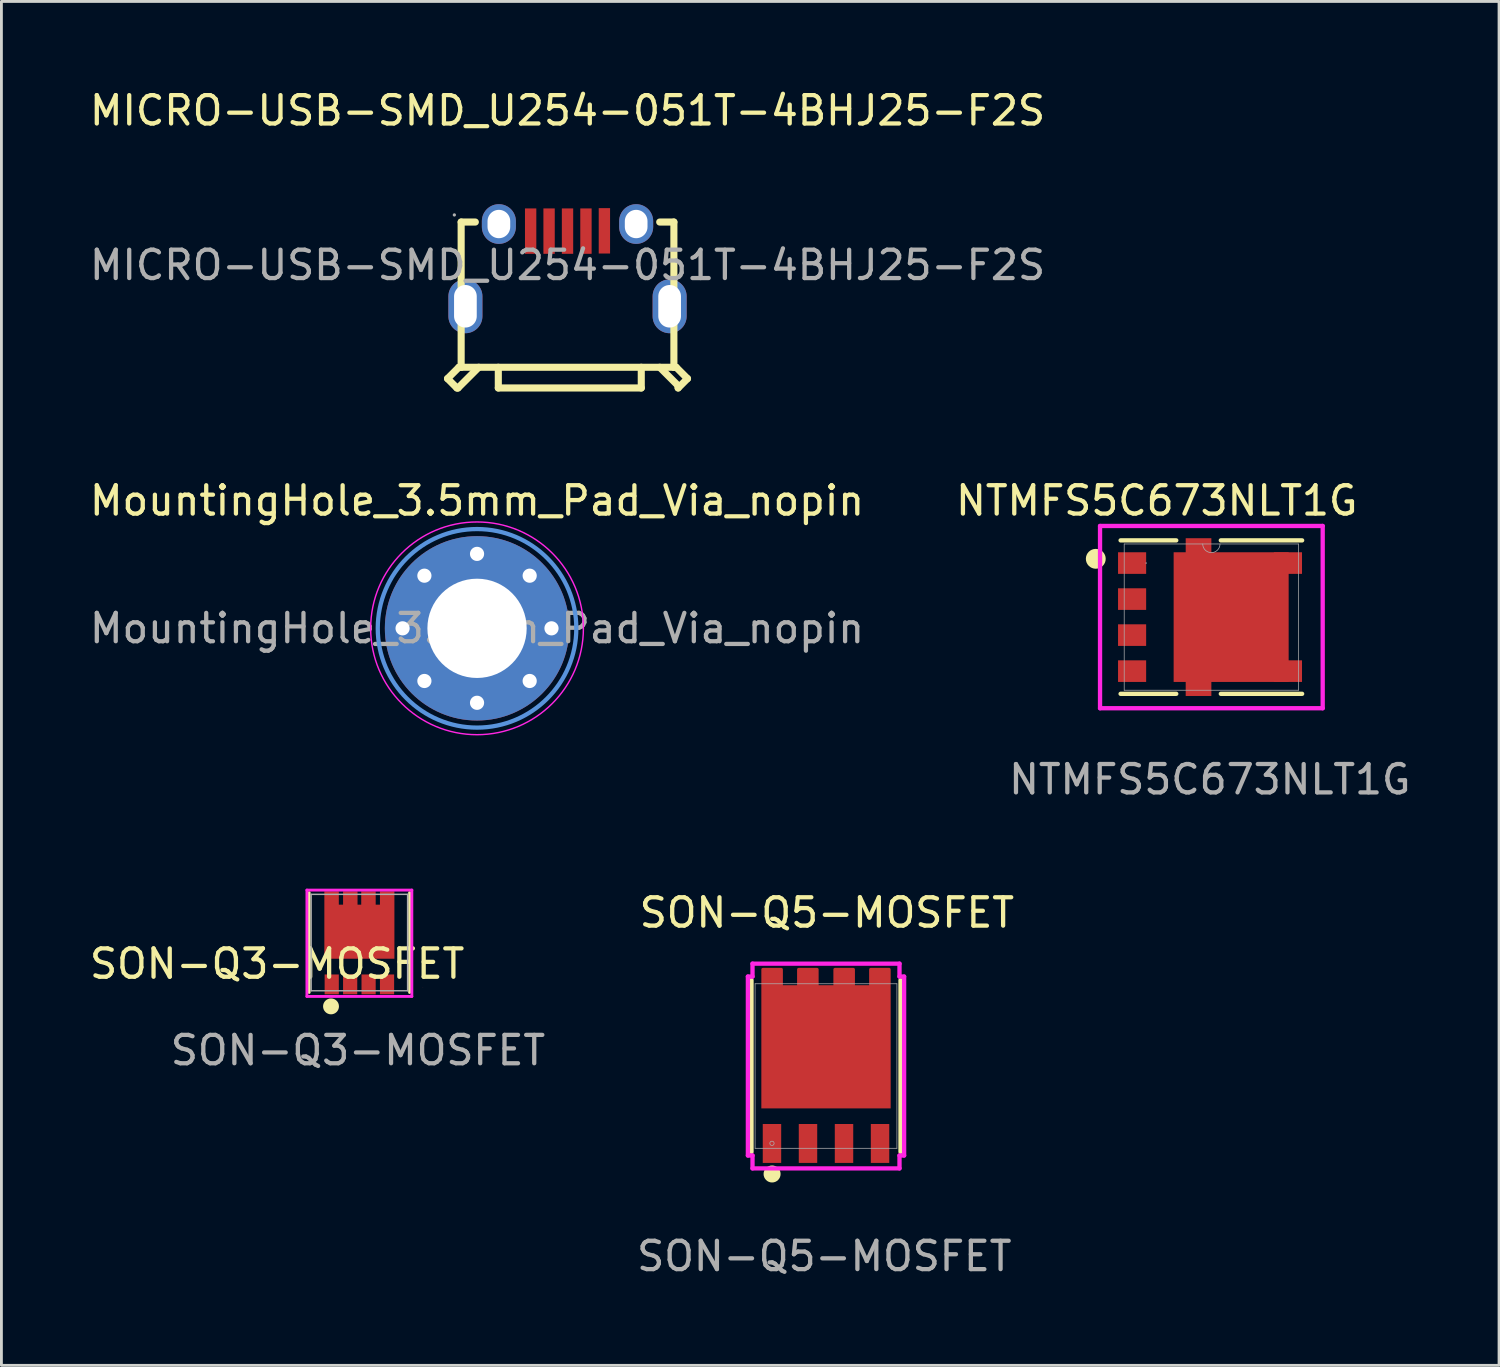
<source format=kicad_pcb>
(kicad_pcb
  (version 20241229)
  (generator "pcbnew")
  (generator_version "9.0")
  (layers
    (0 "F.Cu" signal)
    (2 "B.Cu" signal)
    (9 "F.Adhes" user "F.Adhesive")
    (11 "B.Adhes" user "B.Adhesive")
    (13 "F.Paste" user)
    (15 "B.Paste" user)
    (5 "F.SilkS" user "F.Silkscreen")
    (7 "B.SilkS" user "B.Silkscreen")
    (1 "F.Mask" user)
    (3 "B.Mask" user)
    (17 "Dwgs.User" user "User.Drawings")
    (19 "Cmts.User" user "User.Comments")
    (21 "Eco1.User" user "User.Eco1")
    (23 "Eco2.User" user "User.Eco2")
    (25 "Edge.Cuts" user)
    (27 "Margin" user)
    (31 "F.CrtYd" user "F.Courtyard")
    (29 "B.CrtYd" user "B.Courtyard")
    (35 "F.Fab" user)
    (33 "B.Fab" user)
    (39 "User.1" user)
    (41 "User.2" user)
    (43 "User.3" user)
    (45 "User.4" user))
  (footprint "NTMFS5C673NLT1G"
    (layer "F.Cu")
    (at 39.657 18.706)
    (property "Reference" "NTMFS5C673NLT1G" (at -1.925 -4.105 0) (unlocked yes) (layer "F.SilkS") (effects (font (size 1 1) (thickness 0.15))))
    (attr smd)
    (fp_poly (pts (xy -1.33 -2.286) (xy -1.33 2.286) (xy -0.905 2.286) (xy -0.905 2.781) (xy 0 2.781) (xy 0 2.286) (xy 2.725 2.286) (xy 2.725 -2.286) (xy 0 -2.286) (xy 0 -2.781) (xy -0.905 -2.781) (xy -0.905 -2.286)) (stroke (width 0) (type solid)) (fill yes) (layer "F.Cu"))
    (fp_poly (pts (xy -1.33 -2.286) (xy -1.33 2.286) (xy -0.905 2.286) (xy -0.905 2.781) (xy 0 2.781) (xy 0 2.286) (xy 2.725 2.286) (xy 2.725 -2.286) (xy 0 -2.286) (xy 0 -2.781) (xy -0.905 -2.781) (xy -0.905 -2.286)) (stroke (width 0) (type solid)) (fill yes) (layer "F.Mask"))
    (fp_line (start -3.2 2.705) (end -1.238 2.705) (stroke (width 0.152) (type solid)) (layer "F.SilkS"))
    (fp_line (start -1.238 -2.705) (end -3.2 -2.705) (stroke (width 0.152) (type solid)) (layer "F.SilkS"))
    (fp_line (start 0.333 2.705) (end 3.2 2.705) (stroke (width 0.152) (type solid)) (layer "F.SilkS"))
    (fp_line (start 3.2 -2.705) (end 0.333 -2.705) (stroke (width 0.152) (type solid)) (layer "F.SilkS"))
    (fp_circle (center -4.075 -2.055) (end -3.785 -2.055) (stroke (width 0.12) (type solid)) (fill yes) (layer "F.SilkS"))
    (fp_poly (pts (xy -1.33 -2.286) (xy -1.33 2.286) (xy -0.905 2.286) (xy -0.905 2.781) (xy 0 2.781) (xy 0 2.286) (xy 2.725 2.286) (xy 2.725 -2.286) (xy 0 -2.286) (xy 0 -2.781) (xy -0.905 -2.781) (xy -0.905 -2.286)) (stroke (width 0) (type solid)) (fill yes) (layer "F.Paste"))
    (fp_line (start -3.925 -3.213) (end -3.925 3.213) (stroke (width 0.152) (type solid)) (layer "F.CrtYd"))
    (fp_line (start -3.925 3.213) (end 3.925 3.213) (stroke (width 0.152) (type solid)) (layer "F.CrtYd"))
    (fp_line (start 3.925 -3.213) (end -3.925 -3.213) (stroke (width 0.152) (type solid)) (layer "F.CrtYd"))
    (fp_line (start 3.925 3.213) (end 3.925 -3.213) (stroke (width 0.152) (type solid)) (layer "F.CrtYd"))
    (fp_line (start -3.073 -2.578) (end -3.073 2.578) (stroke (width 0.025) (type solid)) (layer "F.Fab"))
    (fp_line (start -3.073 2.578) (end 3.073 2.578) (stroke (width 0.025) (type solid)) (layer "F.Fab"))
    (fp_line (start 3.073 -2.578) (end -3.073 -2.578) (stroke (width 0.025) (type solid)) (layer "F.Fab"))
    (fp_line (start 3.073 2.578) (end 3.073 -2.578) (stroke (width 0.025) (type solid)) (layer "F.Fab"))
    (fp_arc (start 0.3048 -2.5781) (mid 0 -2.2733) (end -0.3048 -2.5781) (stroke (width 0.0254) (type solid)) (layer "F.Fab"))
    (fp_circle (center -2.3 -1.905) (end -2.3 -1.905) (stroke (width 0.025) (type solid)) (fill no) (layer "F.Fab"))
    (fp_text user "${REFERENCE}" (at -0.055 5.725 0) (unlocked yes) (layer "F.Fab") (effects (font (size 1 1) (thickness 0.15))))
    (pad "1" smd rect (at -2.795 -1.905) (size 0.991 0.762) (layers "F.Cu" "F.Mask" "F.Paste"))
    (pad "2" smd rect (at -2.795 -0.635) (size 0.991 0.762) (layers "F.Cu" "F.Mask" "F.Paste"))
    (pad "3" smd rect (at -2.795 0.635) (size 0.991 0.762) (layers "F.Cu" "F.Mask" "F.Paste"))
    (pad "4" smd rect (at -2.795 1.905) (size 0.991 0.762) (layers "F.Cu" "F.Mask" "F.Paste"))
    (pad "5" smd rect (at 2.7 -1.905) (size 0.991 0.762) (layers "F.Cu" "F.Mask" "F.Paste"))
    (pad "5" smd rect (at 2.7 1.905) (size 0.991 0.762) (layers "F.Cu" "F.Mask" "F.Paste")))
  (footprint "SON-Q5-MOSFET"
    (layer "F.Cu")
    (at 26.081 34.428)
    (property "Reference" "SON-Q5-MOSFET" (at 0.02 -5.3 0) (unlocked yes) (layer "F.SilkS") (effects (font (size 1 1) (thickness 0.15))))
    (attr smd)
    (fp_line (start -2.637 -2.922) (end -2.637 3.132) (stroke (width 0.152) (type solid)) (layer "F.SilkS"))
    (fp_line (start 2.617 3.132) (end 2.617 -2.922) (stroke (width 0.152) (type solid)) (layer "F.SilkS"))
    (fp_circle (center -1.911 3.911) (end -1.911 3.761) (stroke (width 0.3) (type solid)) (fill no) (layer "F.SilkS"))
    (fp_rect (start -2.191 3.395) (end -1.629 2.323) (stroke (width 0.01) (type solid)) (fill yes) (layer "F.Paste"))
    (fp_rect (start -2.169 -2.419) (end -1.661 -3.295) (stroke (width 0.01) (type solid)) (fill yes) (layer "F.Paste"))
    (fp_rect (start -1.952 -0.843) (end -1.206 -2.137) (stroke (width 0.01) (type solid)) (fill yes) (layer "F.Paste"))
    (fp_rect (start -1.952 0.801) (end -1.206 -0.493) (stroke (width 0.01) (type solid)) (fill yes) (layer "F.Paste"))
    (fp_rect (start -0.92 3.395) (end -0.358 2.323) (stroke (width 0.01) (type solid)) (fill yes) (layer "F.Paste"))
    (fp_rect (start -0.906 -0.843) (end -0.17 -2.137) (stroke (width 0.01) (type solid)) (fill yes) (layer "F.Paste"))
    (fp_rect (start -0.906 0.801) (end -0.17 -0.493) (stroke (width 0.01) (type solid)) (fill yes) (layer "F.Paste"))
    (fp_rect (start -0.899 -2.419) (end -0.391 -3.295) (stroke (width 0.01) (type solid)) (fill yes) (layer "F.Paste"))
    (fp_rect (start 0.15 -0.843) (end 0.896 -2.137) (stroke (width 0.01) (type solid)) (fill yes) (layer "F.Paste"))
    (fp_rect (start 0.15 0.801) (end 0.886 -0.493) (stroke (width 0.01) (type solid)) (fill yes) (layer "F.Paste"))
    (fp_rect (start 0.348 3.395) (end 0.91 2.323) (stroke (width 0.01) (type solid)) (fill yes) (layer "F.Paste"))
    (fp_rect (start 0.371 -2.419) (end 0.879 -3.295) (stroke (width 0.01) (type solid)) (fill yes) (layer "F.Paste"))
    (fp_rect (start 1.182 -0.843) (end 1.932 -2.137) (stroke (width 0.01) (type solid)) (fill yes) (layer "F.Paste"))
    (fp_rect (start 1.182 0.801) (end 1.932 -0.493) (stroke (width 0.01) (type solid)) (fill yes) (layer "F.Paste"))
    (fp_rect (start 1.618 3.395) (end 2.18 2.323) (stroke (width 0.01) (type solid)) (fill yes) (layer "F.Paste"))
    (fp_rect (start 1.641 -2.419) (end 2.149 -3.295) (stroke (width 0.01) (type solid)) (fill yes) (layer "F.Paste"))
    (fp_line (start -2.764 -3.049) (end -2.601 -3.049) (stroke (width 0.152) (type solid)) (layer "F.CrtYd"))
    (fp_line (start -2.764 3.259) (end -2.764 -3.049) (stroke (width 0.152) (type solid)) (layer "F.CrtYd"))
    (fp_line (start -2.601 -3.504) (end -2.601 -3.049) (stroke (width 0.152) (type solid)) (layer "F.CrtYd"))
    (fp_line (start -2.601 -3.504) (end 2.581 -3.504) (stroke (width 0.152) (type solid)) (layer "F.CrtYd"))
    (fp_line (start -2.601 3.259) (end -2.764 3.259) (stroke (width 0.152) (type solid)) (layer "F.CrtYd"))
    (fp_line (start -2.601 3.714) (end -2.601 3.259) (stroke (width 0.152) (type solid)) (layer "F.CrtYd"))
    (fp_line (start 2.581 -3.504) (end 2.581 -3.049) (stroke (width 0.152) (type solid)) (layer "F.CrtYd"))
    (fp_line (start 2.581 -3.049) (end 2.744 -3.049) (stroke (width 0.152) (type solid)) (layer "F.CrtYd"))
    (fp_line (start 2.581 3.714) (end -2.601 3.714) (stroke (width 0.152) (type solid)) (layer "F.CrtYd"))
    (fp_line (start 2.581 3.714) (end 2.581 3.259) (stroke (width 0.152) (type solid)) (layer "F.CrtYd"))
    (fp_line (start 2.744 -3.049) (end 2.744 3.259) (stroke (width 0.152) (type solid)) (layer "F.CrtYd"))
    (fp_line (start 2.744 3.259) (end 2.581 3.259) (stroke (width 0.152) (type solid)) (layer "F.CrtYd"))
    (fp_line (start -2.51 -2.795) (end -2.51 3.005) (stroke (width 0.025) (type solid)) (layer "F.Fab"))
    (fp_line (start -2.51 3.005) (end 2.49 3.005) (stroke (width 0.025) (type solid)) (layer "F.Fab"))
    (fp_line (start 2.49 -2.795) (end -2.51 -2.795) (stroke (width 0.025) (type solid)) (layer "F.Fab"))
    (fp_line (start 2.49 3.005) (end 2.49 -2.795) (stroke (width 0.025) (type solid)) (layer "F.Fab"))
    (fp_circle (center -1.915 2.83) (end -1.915 2.754) (stroke (width 0.025) (type solid)) (fill no) (layer "F.Fab"))
    (fp_text user "${REFERENCE}" (at -0.07 6.81 0) (unlocked yes) (layer "F.Fab") (effects (font (size 1 1) (thickness 0.15))))
    (pad "1" smd rect (at -1.915 2.835 90) (size 1.372 0.65) (layers "F.Cu" "F.Mask"))
    (pad "2" smd rect (at -0.645 2.835 90) (size 1.372 0.65) (layers "F.Cu" "F.Mask"))
    (pad "3" smd rect (at 0.625 2.835 90) (size 1.372 0.65) (layers "F.Cu" "F.Mask"))
    (pad "4" smd rect (at 1.895 2.835 90) (size 1.372 0.65) (layers "F.Cu" "F.Mask"))
    (pad "5" smd custom (at -0.01 -0.573 90) (size 4.345 4.56) (layers "F.Cu" "F.Mask") (options (anchor rect)) (primitives (gr_poly (pts (xy 2.732 -0.31) (xy 2.732 -0.97) (xy 2.103 -0.97) (xy 2.103 -0.31)) (width 0.1) (fill yes)) (gr_poly (pts (xy 2.732 0.97) (xy 2.732 0.31) (xy 2.103 0.31) (xy 2.103 0.97)) (width 0.1) (fill yes)) (gr_poly (pts (xy 2.732 -1.57) (xy 2.732 -2.23) (xy 2.103 -2.23) (xy 2.103 -1.57)) (width 0.1) (fill yes)) (gr_poly (pts (xy 2.732 2.23) (xy 2.732 1.57) (xy 2.103 1.57) (xy 2.103 2.23)) (width 0.1) (fill yes)))))
  (footprint "MICRO-USB-SMD_U254-051T-4BHJ25-F2S"
    (layer "F.Cu")
    (at 16.958 6.298)
    (property "Reference" "MICRO-USB-SMD_U254-051T-4BHJ25-F2S" (at 0 -5.45 180) (layer "F.SilkS") (effects (font (size 1 1) (thickness 0.15))))
    (attr smd)
    (fp_line (start -4.23 4) (end -3.9 4.33) (stroke (width 0.25) (type solid)) (layer "F.SilkS"))
    (fp_line (start -3.9 4.33) (end -3.86 4.33) (stroke (width 0.25) (type solid)) (layer "F.SilkS"))
    (fp_line (start -3.86 4.33) (end -3.13 3.6) (stroke (width 0.25) (type solid)) (layer "F.SilkS"))
    (fp_line (start -3.83 3.6) (end -4.23 4) (stroke (width 0.25) (type solid)) (layer "F.SilkS"))
    (fp_line (start -3.75 -1.52) (end -3.25 -1.52) (stroke (width 0.25) (type solid)) (layer "F.SilkS"))
    (fp_line (start -3.75 3.6) (end -3.83 3.6) (stroke (width 0.25) (type solid)) (layer "F.SilkS"))
    (fp_line (start -3.75 3.6) (end -3.75 -1.52) (stroke (width 0.25) (type solid)) (layer "F.SilkS"))
    (fp_line (start -2.44 3.6) (end -2.44 4.33) (stroke (width 0.25) (type solid)) (layer "F.SilkS"))
    (fp_line (start -2.44 4.33) (end 2.6 4.33) (stroke (width 0.25) (type solid)) (layer "F.SilkS"))
    (fp_line (start 2.6 4.33) (end 2.6 3.6) (stroke (width 0.25) (type solid)) (layer "F.SilkS"))
    (fp_line (start 3.25 -1.52) (end 3.75 -1.52) (stroke (width 0.25) (type solid)) (layer "F.SilkS"))
    (fp_line (start 3.75 -1.52) (end 3.75 3.6) (stroke (width 0.25) (type solid)) (layer "F.SilkS"))
    (fp_line (start 3.75 3.6) (end -3.75 3.6) (stroke (width 0.25) (type solid)) (layer "F.SilkS"))
    (fp_line (start 3.75 3.6) (end 3.83 3.6) (stroke (width 0.25) (type solid)) (layer "F.SilkS"))
    (fp_line (start 3.83 3.6) (end 4.23 4) (stroke (width 0.25) (type solid)) (layer "F.SilkS"))
    (fp_line (start 3.9 4.25) (end 3.25 3.6) (stroke (width 0.25) (type solid)) (layer "F.SilkS"))
    (fp_line (start 3.9 4.33) (end 3.9 4.25) (stroke (width 0.25) (type solid)) (layer "F.SilkS"))
    (fp_line (start 4.23 4) (end 3.9 4.33) (stroke (width 0.25) (type solid)) (layer "F.SilkS"))
    (fp_circle (center -3.99 -1.77) (end -3.96 -1.77) (stroke (width 0.06) (type solid)) (fill no) (layer "F.Fab"))
    (fp_text user "${REFERENCE}" (at 0 0 180) (layer "F.Fab") (effects (font (size 1 1) (thickness 0.15))))
    (pad "1" smd rect (at -1.3 -1.2) (size 0.4 1.6) (layers "F.Cu" "F.Mask" "F.Paste"))
    (pad "2" smd rect (at -0.65 -1.2) (size 0.4 1.6) (layers "F.Cu" "F.Mask" "F.Paste"))
    (pad "3" smd rect (at 0 -1.2) (size 0.4 1.6) (layers "F.Cu" "F.Mask" "F.Paste"))
    (pad "4" smd rect (at 0.65 -1.2) (size 0.4 1.6) (layers "F.Cu" "F.Mask" "F.Paste"))
    (pad "5" smd rect (at 1.3 -1.21) (size 0.4 1.6) (layers "F.Cu" "F.Mask" "F.Paste"))
    (pad "6" thru_hole oval (at 2.42 -1.45) (size 1.2 1.4) (drill oval 0.8 1) (layers "*.Cu" "*.Paste" "*.Mask"))
    (pad "7" thru_hole oval (at -2.42 -1.45) (size 1.2 1.4) (drill oval 0.8 1) (layers "*.Cu" "*.Paste" "*.Mask"))
    (pad "8" thru_hole oval (at -3.6 1.45) (size 1.2 1.9) (drill oval 0.8 1.5) (layers "*.Cu" "*.Paste" "*.Mask"))
    (pad "9" thru_hole oval (at 3.6 1.45) (size 1.2 1.9) (drill oval 0.8 1.5) (layers "*.Cu" "*.Paste" "*.Mask")))
  (footprint "SON-Q3-MOSFET"
    (layer "F.Cu")
    (at 9.62 30.18)
    (property "Reference" "SON-Q3-MOSFET" (at -2.9 0.75 0) (unlocked yes) (layer "F.SilkS") (effects (font (size 1 1) (thickness 0.15))))
    (attr smd)
    (fp_line (start -1.77 -1.76) (end -1.77 1.76) (stroke (width 0.1) (type default)) (layer "F.SilkS"))
    (fp_line (start 1.77 -1.76) (end 1.77 1.76) (stroke (width 0.1) (type default)) (layer "F.SilkS"))
    (fp_circle (center -1 2.25) (end -0.99 2.47) (stroke (width 0.12) (type solid)) (fill yes) (layer "F.SilkS"))
    (fp_rect (start -1 -1) (end -0.13 0.4) (stroke (width 0.1) (type solid)) (fill yes) (layer "F.Paste"))
    (fp_rect (start -0.81 -1.78) (end -1.15 -1.23) (stroke (width 0.01) (type solid)) (fill yes) (layer "F.Paste"))
    (fp_rect (start -0.78 1.15) (end -1.17 1.8) (stroke (width 0.01) (type solid)) (fill yes) (layer "F.Paste"))
    (fp_rect (start -0.15 -1.78) (end -0.49 -1.23) (stroke (width 0.01) (type solid)) (fill yes) (layer "F.Paste"))
    (fp_rect (start -0.13 1.15) (end -0.52 1.8) (stroke (width 0.01) (type solid)) (fill yes) (layer "F.Paste"))
    (fp_rect (start 0.13 -1) (end 1 0.4) (stroke (width 0.1) (type solid)) (fill yes) (layer "F.Paste"))
    (fp_rect (start 0.5 -1.78) (end 0.16 -1.23) (stroke (width 0.01) (type solid)) (fill yes) (layer "F.Paste"))
    (fp_rect (start 0.53 1.15) (end 0.13 1.8) (stroke (width 0.01) (type solid)) (fill yes) (layer "F.Paste"))
    (fp_rect (start 1.15 -1.78) (end 0.81 -1.23) (stroke (width 0.01) (type solid)) (fill yes) (layer "F.Paste"))
    (fp_rect (start 1.18 1.15) (end 0.78 1.8) (stroke (width 0.01) (type solid)) (fill yes) (layer "F.Paste"))
    (fp_line (start -1.85 -1.85) (end 1.85 -1.85) (stroke (width 0.1) (type default)) (layer "F.CrtYd"))
    (fp_line (start -1.85 1.9) (end -1.85 -1.85) (stroke (width 0.1) (type default)) (layer "F.CrtYd"))
    (fp_line (start 1.85 -1.85) (end 1.85 1.9) (stroke (width 0.1) (type default)) (layer "F.CrtYd"))
    (fp_line (start 1.85 1.9) (end -1.85 1.9) (stroke (width 0.1) (type default)) (layer "F.CrtYd"))
    (fp_line (start -1.7 -1.7) (end -1.7 1.7) (stroke (width 0.05) (type default)) (layer "F.Fab"))
    (fp_line (start -1.7 1.7) (end 1.7 1.7) (stroke (width 0.05) (type default)) (layer "F.Fab"))
    (fp_line (start 1.7 -1.7) (end -1.7 -1.7) (stroke (width 0.05) (type default)) (layer "F.Fab"))
    (fp_line (start 1.7 1.7) (end 1.7 -1.7) (stroke (width 0.05) (type default)) (layer "F.Fab"))
    (fp_text user "${REFERENCE}" (at -0.05 3.8 0) (unlocked yes) (layer "F.Fab") (effects (font (size 1 1) (thickness 0.15))))
    (pad "1" smd rect (at -0.975 1.475) (size 0.5 0.7) (layers "F.Cu" "F.Mask"))
    (pad "2" smd rect (at -0.325 1.475) (size 0.5 0.7) (layers "F.Cu" "F.Mask"))
    (pad "3" smd rect (at 0.325 1.475 180) (size 0.5 0.7) (layers "F.Cu" "F.Mask"))
    (pad "4" smd rect (at 0.975 1.475) (size 0.5 0.7) (layers "F.Cu" "F.Mask"))
    (pad "5" smd custom (at 0 0) (size 0.5 0.7) (layers "F.Cu" "F.Mask") (options (anchor rect)) (primitives (gr_poly (pts (xy 1.23 0.565) (xy -1.23 0.565) (xy -1.23 -1.8) (xy -0.73 -1.8) (xy -0.73 -1.33) (xy -0.57 -1.33) (xy -0.57 -1.8) (xy -0.07 -1.8) (xy -0.07 -1.33) (xy 0.07 -1.33) (xy 0.07 -1.8) (xy 0.57 -1.8) (xy 0.57 -1.33) (xy 0.73 -1.33) (xy 0.73 -1.8) (xy 1.23 -1.8)) (width 0.01) (fill yes))))
    (pad "5" smd rect (at 2.24 1.575 270) (size 0.01 0.01) (layers "F.Cu" "F.Mask")))
  (footprint "MountingHole_3.5mm_Pad_Via_nopin"
    (layer "F.Cu")
    (at 13.768 19.102)
    (property "Reference" "MountingHole_3.5mm_Pad_Via_nopin" (at 0 -4.5 0) (layer "F.SilkS") (effects (font (size 1 1) (thickness 0.15))))
    (attr exclude_from_pos_files exclude_from_bom)
    (fp_circle (center 0 0) (end 3.5 0) (stroke (width 0.15) (type solid)) (fill no) (layer "Cmts.User"))
    (fp_circle (center 0 0) (end 3.75 0) (stroke (width 0.05) (type solid)) (fill no) (layer "F.CrtYd"))
    (fp_text user "${REFERENCE}" (at 0 0 0) (layer "F.Fab") (effects (font (size 1 1) (thickness 0.15))))
    (pad "0" thru_hole circle (at -2.625 0) (size 0.8 0.8) (drill 0.5) (layers "*.Cu" "*.Mask"))
    (pad "0" thru_hole circle (at -1.856 -1.856) (size 0.8 0.8) (drill 0.5) (layers "*.Cu" "*.Mask"))
    (pad "0" thru_hole circle (at -1.856 1.856) (size 0.8 0.8) (drill 0.5) (layers "*.Cu" "*.Mask"))
    (pad "0" thru_hole circle (at 0 -2.625) (size 0.8 0.8) (drill 0.5) (layers "*.Cu" "*.Mask"))
    (pad "0" thru_hole circle (at 0 0) (size 6.5 6.5) (drill 3.5) (layers "*.Cu" "*.Mask"))
    (pad "0" thru_hole circle (at 0 2.625) (size 0.8 0.8) (drill 0.5) (layers "*.Cu" "*.Mask"))
    (pad "0" thru_hole circle (at 1.856 -1.856) (size 0.8 0.8) (drill 0.5) (layers "*.Cu" "*.Mask"))
    (pad "0" thru_hole circle (at 1.856 1.856) (size 0.8 0.8) (drill 0.5) (layers "*.Cu" "*.Mask"))
    (pad "0" thru_hole circle (at 2.625 0) (size 0.8 0.8) (drill 0.5) (layers "*.Cu" "*.Mask")))
  (gr_rect
    (start -3 -3)
    (end 49.799 45.086)
    (stroke (width 0.1) (type default))
    (fill no)
    (layer "Edge.Cuts")))
</source>
